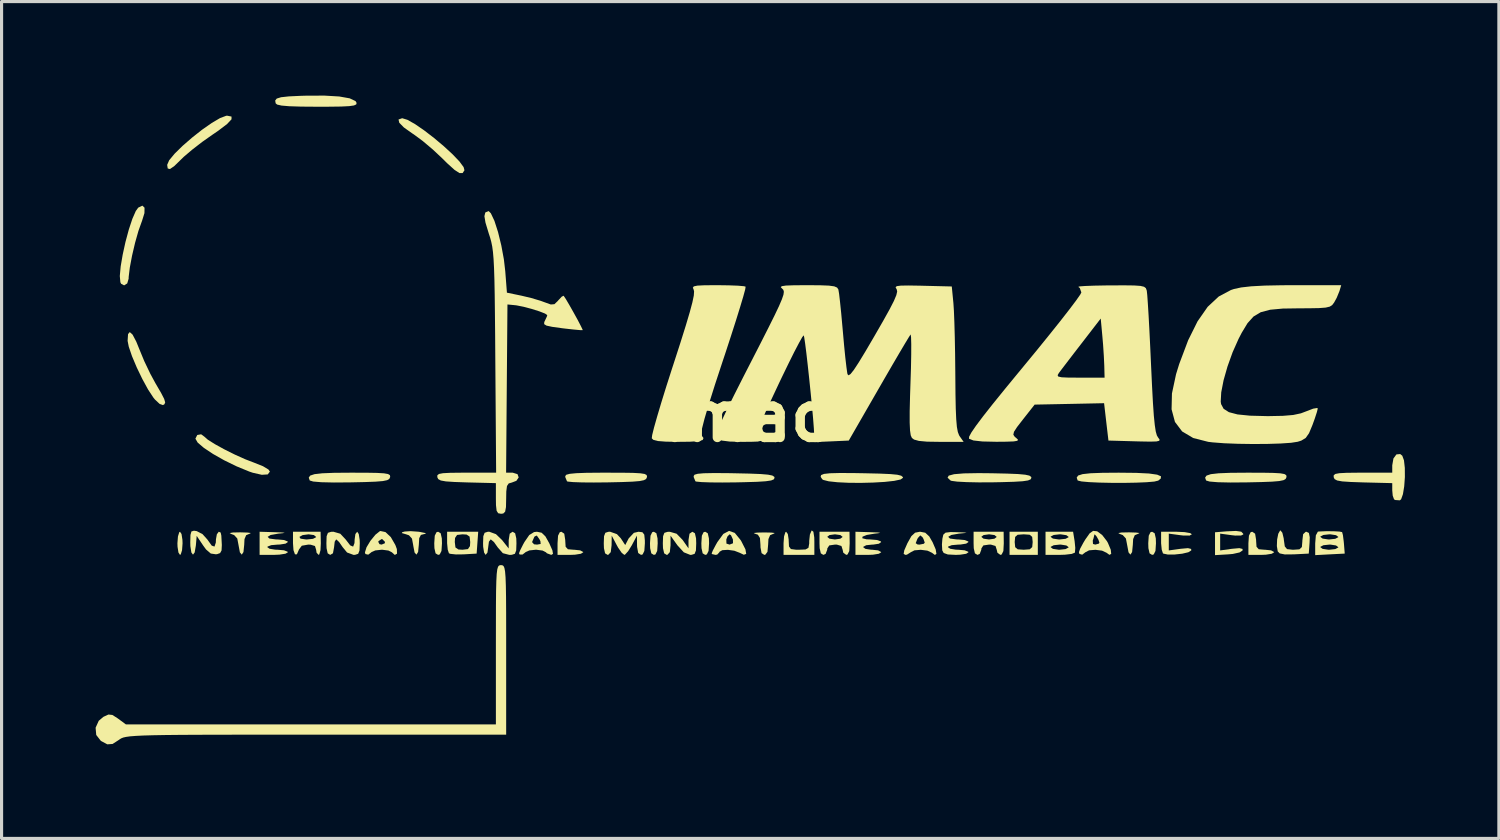
<source format=kicad_pcb>
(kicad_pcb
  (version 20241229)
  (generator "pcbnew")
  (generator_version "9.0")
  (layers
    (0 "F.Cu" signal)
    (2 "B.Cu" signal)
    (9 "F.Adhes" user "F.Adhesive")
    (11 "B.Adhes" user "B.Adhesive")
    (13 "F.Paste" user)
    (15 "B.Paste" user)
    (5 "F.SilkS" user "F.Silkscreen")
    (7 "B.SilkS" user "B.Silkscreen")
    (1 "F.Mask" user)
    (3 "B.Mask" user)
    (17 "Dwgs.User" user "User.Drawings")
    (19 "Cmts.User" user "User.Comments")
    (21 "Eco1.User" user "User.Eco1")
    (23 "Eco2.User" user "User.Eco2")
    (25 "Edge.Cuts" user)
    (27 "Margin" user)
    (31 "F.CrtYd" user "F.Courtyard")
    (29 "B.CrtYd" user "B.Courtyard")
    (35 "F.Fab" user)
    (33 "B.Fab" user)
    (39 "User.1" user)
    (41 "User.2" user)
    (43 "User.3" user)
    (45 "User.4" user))
  (footprint "imac"
    (layer "F.Cu")
    (at 20.8 10.227)
    (property "Reference" "imac" (at 0 0 0) (layer "F.SilkS") (effects (font (size 1.5 1.5) (thickness 0.3))))
    (attr board_only exclude_from_pos_files exclude_from_bom)
    (fp_poly (pts (xy -18.059 3.76) (xy -18.03 3.946) (xy -18.026 4.056) (xy -18.042 4.276) (xy -18.083 4.408) (xy -18.108 4.425) (xy -18.157 4.351) (xy -18.186 4.166) (xy -18.19 4.056) (xy -18.173 3.836) (xy -18.132 3.704) (xy -18.108 3.687)) (stroke (width 0) (type solid)) (fill yes) (layer "F.SilkS"))
    (fp_poly (pts (xy -9.792 3.735) (xy -9.755 3.899) (xy -9.75 4.056) (xy -9.766 4.299) (xy -9.821 4.41) (xy -9.873 4.425) (xy -9.954 4.376) (xy -9.991 4.212) (xy -9.996 4.056) (xy -9.98 3.813) (xy -9.925 3.702) (xy -9.873 3.687)) (stroke (width 0) (type solid)) (fill yes) (layer "F.SilkS"))
    (fp_poly (pts (xy -2.91 3.735) (xy -2.873 3.899) (xy -2.868 4.056) (xy -2.884 4.299) (xy -2.939 4.41) (xy -2.991 4.425) (xy -3.072 4.376) (xy -3.109 4.212) (xy -3.114 4.056) (xy -3.097 3.813) (xy -3.043 3.702) (xy -2.991 3.687)) (stroke (width 0) (type solid)) (fill yes) (layer "F.SilkS"))
    (fp_poly (pts (xy -1.271 3.735) (xy -1.234 3.899) (xy -1.229 4.056) (xy -1.245 4.299) (xy -1.3 4.41) (xy -1.352 4.425) (xy -1.433 4.376) (xy -1.47 4.212) (xy -1.475 4.056) (xy -1.459 3.813) (xy -1.404 3.702) (xy -1.352 3.687)) (stroke (width 0) (type solid)) (fill yes) (layer "F.SilkS"))
    (fp_poly (pts (xy 12.986 3.735) (xy 13.023 3.899) (xy 13.028 4.056) (xy 13.012 4.299) (xy 12.957 4.41) (xy 12.905 4.425) (xy 12.824 4.376) (xy 12.787 4.212) (xy 12.782 4.056) (xy 12.798 3.813) (xy 12.853 3.702) (xy 12.905 3.687)) (stroke (width 0) (type solid)) (fill yes) (layer "F.SilkS"))
    (fp_poly (pts (xy -15.958 3.713) (xy -15.848 3.727) (xy -15.875 3.745) (xy -15.997 3.797) (xy -16.05 3.921) (xy -16.059 4.102) (xy -16.083 4.335) (xy -16.137 4.417) (xy -16.197 4.345) (xy -16.239 4.12) (xy -16.28 3.903) (xy -16.38 3.793) (xy -16.469 3.76) (xy -16.524 3.729) (xy -16.419 3.711) (xy -16.182 3.706)) (stroke (width 0) (type solid)) (fill yes) (layer "F.SilkS"))
    (fp_poly (pts (xy 12.392 3.713) (xy 12.501 3.727) (xy 12.475 3.745) (xy 12.352 3.797) (xy 12.3 3.921) (xy 12.29 4.102) (xy 12.267 4.335) (xy 12.213 4.417) (xy 12.153 4.345) (xy 12.111 4.12) (xy 12.069 3.903) (xy 11.969 3.793) (xy 11.881 3.76) (xy 11.826 3.729) (xy 11.93 3.711) (xy 12.167 3.706)) (stroke (width 0) (type solid)) (fill yes) (layer "F.SilkS"))
    (fp_poly (pts (xy -5.849 3.749) (xy -5.818 3.948) (xy -5.817 3.974) (xy -5.805 4.166) (xy -5.733 4.245) (xy -5.552 4.261) (xy -5.531 4.261) (xy -5.341 4.281) (xy -5.246 4.332) (xy -5.244 4.343) (xy -5.318 4.389) (xy -5.506 4.419) (xy -5.654 4.425) (xy -6.063 4.425) (xy -6.063 4.056) (xy -6.047 3.813) (xy -5.992 3.702) (xy -5.94 3.687)) (stroke (width 0) (type solid)) (fill yes) (layer "F.SilkS"))
    (fp_poly (pts (xy 0.757 3.714) (xy 0.866 3.727) (xy 0.84 3.745) (xy 0.718 3.797) (xy 0.665 3.921) (xy 0.655 4.102) (xy 0.634 4.328) (xy 0.565 4.42) (xy 0.533 4.425) (xy 0.446 4.369) (xy 0.412 4.188) (xy 0.41 4.102) (xy 0.394 3.886) (xy 0.328 3.781) (xy 0.225 3.745) (xy 0.2 3.727) (xy 0.315 3.714) (xy 0.533 3.709)) (stroke (width 0) (type solid)) (fill yes) (layer "F.SilkS"))
    (fp_poly (pts (xy 16.191 3.749) (xy 16.223 3.948) (xy 16.223 3.974) (xy 16.236 4.166) (xy 16.307 4.245) (xy 16.488 4.261) (xy 16.51 4.261) (xy 16.7 4.281) (xy 16.794 4.332) (xy 16.797 4.343) (xy 16.723 4.389) (xy 16.535 4.419) (xy 16.387 4.425) (xy 15.977 4.425) (xy 15.977 4.056) (xy 15.994 3.813) (xy 16.048 3.702) (xy 16.1 3.687)) (stroke (width 0) (type solid)) (fill yes) (layer "F.SilkS"))
    (fp_poly (pts (xy -10.5 3.686) (xy -10.447 3.694) (xy -10.288 3.727) (xy -10.263 3.751) (xy -10.303 3.757) (xy -10.423 3.788) (xy -10.476 3.892) (xy -10.488 4.097) (xy -10.511 4.331) (xy -10.564 4.417) (xy -10.624 4.35) (xy -10.667 4.127) (xy -10.667 4.12) (xy -10.707 3.906) (xy -10.803 3.8) (xy -10.897 3.768) (xy -11.031 3.729) (xy -11.014 3.7) (xy -10.938 3.68) (xy -10.752 3.668)) (stroke (width 0) (type solid)) (fill yes) (layer "F.SilkS"))
    (fp_poly (pts (xy 15.749 3.685) (xy 15.811 3.75) (xy 15.814 3.774) (xy 15.741 3.808) (xy 15.558 3.809) (xy 15.445 3.797) (xy 15.076 3.747) (xy 15.076 4.015) (xy 15.076 4.283) (xy 15.451 4.231) (xy 15.687 4.21) (xy 15.789 4.235) (xy 15.793 4.282) (xy 15.696 4.347) (xy 15.48 4.395) (xy 15.336 4.408) (xy 14.912 4.433) (xy 14.912 4.068) (xy 14.912 3.704) (xy 15.28 3.674) (xy 15.581 3.661)) (stroke (width 0) (type solid)) (fill yes) (layer "F.SilkS"))
    (fp_poly (pts (xy -19.62 -2.601) (xy -19.502 -2.377) (xy -19.406 -2.14) (xy -19.248 -1.757) (xy -19.053 -1.349) (xy -18.89 -1.049) (xy -18.712 -0.744) (xy -18.612 -0.55) (xy -18.58 -0.437) (xy -18.607 -0.378) (xy -18.653 -0.354) (xy -18.757 -0.391) (xy -18.903 -0.527) (xy -18.955 -0.59) (xy -19.126 -0.85) (xy -19.31 -1.187) (xy -19.488 -1.556) (xy -19.639 -1.914) (xy -19.742 -2.216) (xy -19.779 -2.402) (xy -19.765 -2.618) (xy -19.71 -2.683)) (stroke (width 0) (type solid)) (fill yes) (layer "F.SilkS"))
    (fp_poly (pts (xy -16.464 -9.558) (xy -16.464 -9.471) (xy -16.605 -9.321) (xy -16.89 -9.104) (xy -17.063 -8.986) (xy -17.4 -8.749) (xy -17.724 -8.498) (xy -17.985 -8.276) (xy -18.063 -8.2) (xy -18.288 -7.981) (xy -18.428 -7.884) (xy -18.499 -7.902) (xy -18.517 -8.018) (xy -18.453 -8.164) (xy -18.28 -8.373) (xy -18.028 -8.621) (xy -17.727 -8.883) (xy -17.408 -9.135) (xy -17.098 -9.352) (xy -16.83 -9.51) (xy -16.632 -9.584) (xy -16.601 -9.586)) (stroke (width 0) (type solid)) (fill yes) (layer "F.SilkS"))
    (fp_poly (pts (xy -13.028 -10.199) (xy -12.694 -10.14) (xy -12.508 -10.052) (xy -12.473 -9.993) (xy -12.485 -9.946) (xy -12.556 -9.913) (xy -12.709 -9.891) (xy -12.965 -9.878) (xy -13.346 -9.873) (xy -13.732 -9.872) (xy -14.25 -9.876) (xy -14.623 -9.888) (xy -14.869 -9.909) (xy -15.008 -9.941) (xy -15.055 -9.979) (xy -15.071 -10.069) (xy -15.022 -10.132) (xy -14.884 -10.175) (xy -14.635 -10.202) (xy -14.251 -10.22) (xy -14.108 -10.224) (xy -13.502 -10.227)) (stroke (width 0) (type solid)) (fill yes) (layer "F.SilkS"))
    (fp_poly (pts (xy 12.401 1.809) (xy 12.807 1.829) (xy 13.067 1.866) (xy 13.189 1.919) (xy 13.18 1.992) (xy 13.1 2.056) (xy 12.975 2.086) (xy 12.728 2.107) (xy 12.395 2.121) (xy 12.01 2.128) (xy 11.608 2.127) (xy 11.224 2.119) (xy 10.894 2.104) (xy 10.652 2.082) (xy 10.534 2.053) (xy 10.529 2.048) (xy 10.499 1.96) (xy 10.545 1.894) (xy 10.687 1.849) (xy 10.94 1.821) (xy 11.322 1.807) (xy 11.84 1.803)) (stroke (width 0) (type solid)) (fill yes) (layer "F.SilkS"))
    (fp_poly (pts (xy -19.239 -6.651) (xy -19.242 -6.478) (xy -19.321 -6.224) (xy -19.33 -6.201) (xy -19.434 -5.909) (xy -19.541 -5.53) (xy -19.637 -5.121) (xy -19.709 -4.739) (xy -19.745 -4.442) (xy -19.746 -4.387) (xy -19.791 -4.235) (xy -19.89 -4.173) (xy -19.987 -4.225) (xy -20.01 -4.274) (xy -20.028 -4.471) (xy -20 -4.778) (xy -19.936 -5.153) (xy -19.847 -5.558) (xy -19.741 -5.952) (xy -19.628 -6.294) (xy -19.518 -6.545) (xy -19.44 -6.653) (xy -19.307 -6.716)) (stroke (width 0) (type solid)) (fill yes) (layer "F.SilkS"))
    (fp_poly (pts (xy -17.331 0.653) (xy -17.218 0.752) (xy -16.992 0.894) (xy -16.692 1.059) (xy -16.357 1.226) (xy -16.025 1.375) (xy -15.739 1.485) (xy -15.461 1.596) (xy -15.285 1.702) (xy -15.24 1.769) (xy -15.308 1.858) (xy -15.498 1.87) (xy -15.785 1.805) (xy -15.9 1.766) (xy -16.303 1.6) (xy -16.698 1.407) (xy -17.055 1.205) (xy -17.346 1.011) (xy -17.543 0.843) (xy -17.616 0.718) (xy -17.616 0.717) (xy -17.557 0.6) (xy -17.433 0.578)) (stroke (width 0) (type solid)) (fill yes) (layer "F.SilkS"))
    (fp_poly (pts (xy -10.85 -9.454) (xy -10.608 -9.317) (xy -10.316 -9.116) (xy -10.002 -8.874) (xy -9.692 -8.613) (xy -9.414 -8.357) (xy -9.194 -8.127) (xy -9.06 -7.946) (xy -9.033 -7.845) (xy -9.092 -7.755) (xy -9.191 -7.755) (xy -9.349 -7.857) (xy -9.585 -8.07) (xy -9.738 -8.222) (xy -10.037 -8.503) (xy -10.362 -8.777) (xy -10.65 -8.99) (xy -10.698 -9.021) (xy -10.964 -9.21) (xy -11.113 -9.362) (xy -11.136 -9.465) (xy -11.024 -9.504) (xy -11.016 -9.505)) (stroke (width 0) (type solid)) (fill yes) (layer "F.SilkS"))
    (fp_poly (pts (xy 3.379 1.815) (xy 3.732 1.821) (xy 4.213 1.832) (xy 4.553 1.847) (xy 4.775 1.868) (xy 4.9 1.899) (xy 4.952 1.941) (xy 4.957 1.966) (xy 4.881 2.02) (xy 4.675 2.064) (xy 4.372 2.097) (xy 4.007 2.118) (xy 3.612 2.128) (xy 3.222 2.125) (xy 2.87 2.108) (xy 2.589 2.078) (xy 2.414 2.034) (xy 2.379 2.01) (xy 2.331 1.934) (xy 2.345 1.879) (xy 2.438 1.842) (xy 2.63 1.821) (xy 2.938 1.813)) (stroke (width 0) (type solid)) (fill yes) (layer "F.SilkS"))
    (fp_poly (pts (xy 7.79 1.821) (xy 8.28 1.832) (xy 8.628 1.846) (xy 8.857 1.867) (xy 8.989 1.896) (xy 9.046 1.936) (xy 9.054 1.966) (xy 9.03 2.015) (xy 8.945 2.051) (xy 8.774 2.076) (xy 8.496 2.093) (xy 8.089 2.105) (xy 7.825 2.11) (xy 7.38 2.112) (xy 6.991 2.104) (xy 6.689 2.088) (xy 6.507 2.064) (xy 6.474 2.052) (xy 6.38 1.963) (xy 6.416 1.897) (xy 6.588 1.851) (xy 6.903 1.825) (xy 7.369 1.817)) (stroke (width 0) (type solid)) (fill yes) (layer "F.SilkS"))
    (fp_poly (pts (xy 9.259 4.056) (xy 9.259 4.425) (xy 8.808 4.425) (xy 8.357 4.425) (xy 8.357 4.056) (xy 8.357 4.015) (xy 8.521 4.015) (xy 8.537 4.18) (xy 8.618 4.248) (xy 8.808 4.261) (xy 9.001 4.247) (xy 9.08 4.177) (xy 9.095 4.015) (xy 9.079 3.85) (xy 8.998 3.782) (xy 8.808 3.769) (xy 8.615 3.783) (xy 8.536 3.852) (xy 8.521 4.015) (xy 8.357 4.015) (xy 8.357 3.687) (xy 8.808 3.687) (xy 9.259 3.687)) (stroke (width 0) (type solid)) (fill yes) (layer "F.SilkS"))
    (fp_poly (pts (xy 2.099 3.687) (xy 2.127 3.869) (xy 2.13 4.01) (xy 2.13 4.425) (xy 1.639 4.425) (xy 1.147 4.425) (xy 1.147 4.056) (xy 1.163 3.836) (xy 1.205 3.704) (xy 1.229 3.687) (xy 1.283 3.759) (xy 1.31 3.936) (xy 1.311 3.974) (xy 1.321 4.157) (xy 1.382 4.239) (xy 1.542 4.26) (xy 1.639 4.261) (xy 1.849 4.252) (xy 1.942 4.198) (xy 1.966 4.06) (xy 1.966 3.979) (xy 1.988 3.775) (xy 2.041 3.652) (xy 2.048 3.646)) (stroke (width 0) (type solid)) (fill yes) (layer "F.SilkS"))
    (fp_poly (pts (xy 13.942 3.699) (xy 14.121 3.731) (xy 14.175 3.767) (xy 14.101 3.809) (xy 13.902 3.808) (xy 13.806 3.797) (xy 13.437 3.747) (xy 13.437 4.015) (xy 13.437 4.283) (xy 13.813 4.231) (xy 14.048 4.21) (xy 14.15 4.235) (xy 14.155 4.282) (xy 14.062 4.341) (xy 13.866 4.387) (xy 13.627 4.413) (xy 13.406 4.414) (xy 13.263 4.384) (xy 13.25 4.374) (xy 13.212 4.26) (xy 13.192 4.054) (xy 13.192 4.001) (xy 13.192 3.687) (xy 13.683 3.687)) (stroke (width 0) (type solid)) (fill yes) (layer "F.SilkS"))
    (fp_poly (pts (xy -12.166 1.804) (xy -11.824 1.81) (xy -11.6 1.823) (xy -11.47 1.846) (xy -11.412 1.881) (xy -11.402 1.931) (xy -11.405 1.946) (xy -11.431 2.002) (xy -11.5 2.042) (xy -11.637 2.07) (xy -11.866 2.089) (xy -12.212 2.102) (xy -12.674 2.112) (xy -13.199 2.116) (xy -13.598 2.107) (xy -13.858 2.085) (xy -13.968 2.052) (xy -13.969 2.05) (xy -14 1.961) (xy -13.955 1.896) (xy -13.817 1.85) (xy -13.568 1.822) (xy -13.19 1.807) (xy -12.667 1.803) (xy -12.648 1.803)) (stroke (width 0) (type solid)) (fill yes) (layer "F.SilkS"))
    (fp_poly (pts (xy -0.652 1.817) (xy -0.43 1.821) (xy 0.065 1.832) (xy 0.419 1.846) (xy 0.653 1.866) (xy 0.79 1.894) (xy 0.851 1.934) (xy 0.86 1.966) (xy 0.837 2.015) (xy 0.751 2.051) (xy 0.58 2.076) (xy 0.302 2.094) (xy -0.106 2.106) (xy -0.373 2.112) (xy -0.808 2.116) (xy -1.183 2.113) (xy -1.468 2.103) (xy -1.635 2.087) (xy -1.664 2.078) (xy -1.717 1.951) (xy -1.721 1.91) (xy -1.692 1.867) (xy -1.591 1.838) (xy -1.399 1.821) (xy -1.092 1.815)) (stroke (width 0) (type solid)) (fill yes) (layer "F.SilkS"))
    (fp_poly (pts (xy 16.43 1.804) (xy 16.772 1.81) (xy 16.996 1.823) (xy 17.125 1.846) (xy 17.183 1.881) (xy 17.193 1.931) (xy 17.191 1.946) (xy 17.165 2.002) (xy 17.096 2.042) (xy 16.958 2.07) (xy 16.729 2.089) (xy 16.384 2.102) (xy 15.921 2.112) (xy 15.396 2.116) (xy 14.998 2.107) (xy 14.737 2.085) (xy 14.628 2.052) (xy 14.627 2.05) (xy 14.596 1.961) (xy 14.641 1.896) (xy 14.779 1.85) (xy 15.028 1.822) (xy 15.405 1.807) (xy 15.928 1.803) (xy 15.947 1.803)) (stroke (width 0) (type solid)) (fill yes) (layer "F.SilkS"))
    (fp_poly (pts (xy -4.008 1.804) (xy -3.657 1.809) (xy -3.424 1.822) (xy -3.286 1.843) (xy -3.222 1.877) (xy -3.208 1.925) (xy -3.211 1.946) (xy -3.237 2.002) (xy -3.307 2.042) (xy -3.444 2.07) (xy -3.675 2.089) (xy -4.021 2.102) (xy -4.471 2.112) (xy -4.905 2.116) (xy -5.28 2.113) (xy -5.566 2.103) (xy -5.732 2.087) (xy -5.761 2.078) (xy -5.814 1.951) (xy -5.817 1.912) (xy -5.785 1.869) (xy -5.674 1.839) (xy -5.465 1.819) (xy -5.138 1.807) (xy -4.674 1.803) (xy -4.5 1.803)) (stroke (width 0) (type solid)) (fill yes) (layer "F.SilkS"))
    (fp_poly (pts (xy -8.619 4.035) (xy -8.644 4.384) (xy -9.057 4.408) (xy -9.305 4.411) (xy -9.482 4.392) (xy -9.528 4.374) (xy -9.566 4.26) (xy -9.586 4.054) (xy -9.586 4.015) (xy -9.341 4.015) (xy -9.32 4.189) (xy -9.225 4.253) (xy -9.095 4.261) (xy -8.921 4.24) (xy -8.857 4.145) (xy -8.849 4.015) (xy -8.869 3.841) (xy -8.965 3.777) (xy -9.095 3.769) (xy -9.269 3.789) (xy -9.333 3.885) (xy -9.341 4.015) (xy -9.586 4.015) (xy -9.586 4.001) (xy -9.586 3.687) (xy -9.09 3.687) (xy -8.594 3.687)) (stroke (width 0) (type solid)) (fill yes) (layer "F.SilkS"))
    (fp_poly (pts (xy 17.06 3.719) (xy 17.103 3.898) (xy 17.109 3.953) (xy 17.138 4.155) (xy 17.21 4.241) (xy 17.376 4.26) (xy 17.416 4.261) (xy 17.605 4.248) (xy 17.683 4.175) (xy 17.698 3.993) (xy 17.698 3.974) (xy 17.723 3.765) (xy 17.805 3.689) (xy 17.826 3.687) (xy 17.906 3.725) (xy 17.934 3.861) (xy 17.928 4.035) (xy 17.903 4.384) (xy 17.431 4.408) (xy 17.139 4.411) (xy 16.976 4.378) (xy 16.913 4.314) (xy 16.885 4.144) (xy 16.893 3.936) (xy 16.93 3.75) (xy 16.987 3.65) (xy 17.002 3.646)) (stroke (width 0) (type solid)) (fill yes) (layer "F.SilkS"))
    (fp_poly (pts (xy -1.681 3.735) (xy -1.644 3.899) (xy -1.639 4.056) (xy -1.648 4.284) (xy -1.69 4.392) (xy -1.788 4.423) (xy -1.83 4.425) (xy -2.035 4.343) (xy -2.24 4.118) (xy -2.458 3.812) (xy -2.458 4.118) (xy -2.481 4.338) (xy -2.557 4.422) (xy -2.581 4.425) (xy -2.662 4.376) (xy -2.699 4.212) (xy -2.704 4.056) (xy -2.696 3.829) (xy -2.655 3.722) (xy -2.554 3.69) (xy -2.479 3.689) (xy -2.265 3.75) (xy -2.072 3.949) (xy -2.069 3.954) (xy -1.885 4.217) (xy -1.885 3.952) (xy -1.853 3.749) (xy -1.762 3.687)) (stroke (width 0) (type solid)) (fill yes) (layer "F.SilkS"))
    (fp_poly (pts (xy -17.574 3.667) (xy -17.389 3.763) (xy -17.23 3.94) (xy -17.229 3.943) (xy -17.095 4.13) (xy -17.007 4.16) (xy -16.965 4.033) (xy -16.961 3.933) (xy -16.932 3.768) (xy -16.87 3.686) (xy -16.81 3.713) (xy -16.789 3.81) (xy -16.773 4.11) (xy -16.782 4.284) (xy -16.829 4.368) (xy -16.922 4.401) (xy -16.964 4.406) (xy -17.126 4.382) (xy -17.278 4.251) (xy -17.37 4.124) (xy -17.575 3.819) (xy -17.601 4.122) (xy -17.639 4.346) (xy -17.693 4.418) (xy -17.745 4.348) (xy -17.777 4.145) (xy -17.78 4.026) (xy -17.774 3.789) (xy -17.743 3.678) (xy -17.663 3.654)) (stroke (width 0) (type solid)) (fill yes) (layer "F.SilkS"))
    (fp_poly (pts (xy 20.886 1.261) (xy 20.94 1.408) (xy 20.967 1.65) (xy 20.969 1.942) (xy 20.948 2.237) (xy 20.907 2.489) (xy 20.849 2.651) (xy 20.808 2.685) (xy 20.662 2.675) (xy 20.623 2.652) (xy 20.581 2.535) (xy 20.566 2.365) (xy 20.566 2.136) (xy 19.645 2.113) (xy 19.24 2.099) (xy 18.97 2.081) (xy 18.809 2.052) (xy 18.727 2.008) (xy 18.697 1.946) (xy 18.699 1.884) (xy 18.751 1.843) (xy 18.88 1.819) (xy 19.111 1.807) (xy 19.472 1.803) (xy 19.618 1.803) (xy 20.566 1.803) (xy 20.566 1.567) (xy 20.604 1.349) (xy 20.699 1.22) (xy 20.82 1.208)) (stroke (width 0) (type solid)) (fill yes) (layer "F.SilkS"))
    (fp_poly (pts (xy -15.097 3.701) (xy -14.854 3.71) (xy -14.767 3.72) (xy -14.827 3.733) (xy -14.974 3.747) (xy -15.217 3.79) (xy -15.312 3.85) (xy -15.256 3.904) (xy -15.047 3.932) (xy -14.994 3.933) (xy -14.789 3.951) (xy -14.675 3.996) (xy -14.666 4.015) (xy -14.739 4.066) (xy -14.921 4.095) (xy -14.994 4.097) (xy -15.199 4.115) (xy -15.314 4.16) (xy -15.322 4.179) (xy -15.249 4.23) (xy -15.068 4.259) (xy -14.994 4.261) (xy -14.789 4.279) (xy -14.675 4.324) (xy -14.666 4.343) (xy -14.741 4.387) (xy -14.932 4.417) (xy -15.117 4.425) (xy -15.568 4.425) (xy -15.568 4.056) (xy -15.568 3.687)) (stroke (width 0) (type solid)) (fill yes) (layer "F.SilkS"))
    (fp_poly (pts (xy 3.912 3.701) (xy 4.15 3.71) (xy 4.232 3.721) (xy 4.165 3.735) (xy 4.056 3.747) (xy 3.802 3.789) (xy 3.666 3.844) (xy 3.66 3.895) (xy 3.795 3.928) (xy 3.917 3.933) (xy 4.128 3.95) (xy 4.249 3.994) (xy 4.261 4.015) (xy 4.189 4.069) (xy 4.012 4.096) (xy 3.974 4.097) (xy 3.784 4.117) (xy 3.69 4.168) (xy 3.687 4.179) (xy 3.759 4.233) (xy 3.936 4.26) (xy 3.974 4.261) (xy 4.163 4.281) (xy 4.258 4.332) (xy 4.261 4.343) (xy 4.187 4.389) (xy 3.999 4.419) (xy 3.851 4.425) (xy 3.441 4.425) (xy 3.441 4.056) (xy 3.441 3.687)) (stroke (width 0) (type solid)) (fill yes) (layer "F.SilkS"))
    (fp_poly (pts (xy -13.615 4.056) (xy -13.626 4.276) (xy -13.663 4.408) (xy -13.686 4.425) (xy -13.75 4.356) (xy -13.765 4.261) (xy -13.802 4.142) (xy -13.942 4.099) (xy -14.019 4.097) (xy -14.222 4.133) (xy -14.313 4.254) (xy -14.315 4.261) (xy -14.378 4.407) (xy -14.44 4.407) (xy -14.487 4.275) (xy -14.503 4.056) (xy -14.503 3.851) (xy -14.298 3.851) (xy -14.263 3.907) (xy -14.096 3.932) (xy -14.057 3.933) (xy -13.865 3.913) (xy -13.768 3.863) (xy -13.765 3.851) (xy -13.836 3.793) (xy -14.006 3.769) (xy -14.195 3.794) (xy -14.298 3.851) (xy -14.503 3.851) (xy -14.503 3.687) (xy -14.062 3.687) (xy -13.622 3.687)) (stroke (width 0) (type solid)) (fill yes) (layer "F.SilkS"))
    (fp_poly (pts (xy -11.552 3.698) (xy -11.382 3.858) (xy -11.237 4.11) (xy -11.189 4.24) (xy -11.184 4.386) (xy -11.254 4.427) (xy -11.348 4.343) (xy -11.457 4.287) (xy -11.655 4.261) (xy -11.676 4.261) (xy -11.878 4.283) (xy -11.999 4.336) (xy -12.004 4.343) (xy -12.102 4.418) (xy -12.192 4.398) (xy -12.208 4.347) (xy -12.157 4.183) (xy -12.052 4.009) (xy -11.783 4.009) (xy -11.743 4.083) (xy -11.676 4.097) (xy -11.574 4.055) (xy -11.569 4.009) (xy -11.653 3.924) (xy -11.676 3.921) (xy -11.772 3.984) (xy -11.783 4.009) (xy -12.052 4.009) (xy -12.031 3.975) (xy -11.875 3.783) (xy -11.734 3.67) (xy -11.714 3.663)) (stroke (width 0) (type solid)) (fill yes) (layer "F.SilkS"))
    (fp_poly (pts (xy -7.416 3.735) (xy -7.379 3.899) (xy -7.374 4.056) (xy -7.382 4.283) (xy -7.423 4.39) (xy -7.525 4.423) (xy -7.602 4.425) (xy -7.808 4.371) (xy -7.97 4.188) (xy -7.976 4.179) (xy -8.093 4.014) (xy -8.189 3.934) (xy -8.198 3.933) (xy -8.252 4.004) (xy -8.275 4.176) (xy -8.275 4.179) (xy -8.299 4.351) (xy -8.356 4.424) (xy -8.357 4.425) (xy -8.406 4.351) (xy -8.436 4.166) (xy -8.439 4.056) (xy -8.431 3.828) (xy -8.389 3.72) (xy -8.29 3.688) (xy -8.24 3.687) (xy -8.028 3.764) (xy -7.832 3.953) (xy -7.622 4.22) (xy -7.621 3.953) (xy -7.589 3.749) (xy -7.497 3.687)) (stroke (width 0) (type solid)) (fill yes) (layer "F.SilkS"))
    (fp_poly (pts (xy -0.409 3.724) (xy -0.223 3.952) (xy -0.199 3.992) (xy -0.069 4.248) (xy -0.044 4.394) (xy -0.121 4.421) (xy -0.248 4.36) (xy -0.422 4.293) (xy -0.628 4.264) (xy -0.807 4.275) (xy -0.899 4.328) (xy -0.901 4.343) (xy -0.968 4.415) (xy -1.024 4.425) (xy -1.133 4.4) (xy -1.147 4.379) (xy -1.11 4.287) (xy -1.015 4.107) (xy -0.964 4.017) (xy -0.903 3.933) (xy -0.679 3.933) (xy -0.675 4.065) (xy -0.574 4.097) (xy -0.465 4.054) (xy -0.468 3.933) (xy -0.529 3.8) (xy -0.574 3.769) (xy -0.642 3.837) (xy -0.679 3.933) (xy -0.903 3.933) (xy -0.774 3.756) (xy -0.591 3.659)) (stroke (width 0) (type solid)) (fill yes) (layer "F.SilkS"))
    (fp_poly (pts (xy -12.405 3.76) (xy -12.376 3.946) (xy -12.372 4.056) (xy -12.381 4.284) (xy -12.423 4.391) (xy -12.522 4.423) (xy -12.572 4.425) (xy -12.778 4.349) (xy -12.918 4.179) (xy -13.032 4.014) (xy -13.12 3.934) (xy -13.127 3.933) (xy -13.172 4.004) (xy -13.192 4.176) (xy -13.192 4.179) (xy -13.228 4.374) (xy -13.315 4.425) (xy -13.396 4.376) (xy -13.432 4.212) (xy -13.437 4.056) (xy -13.43 3.829) (xy -13.388 3.721) (xy -13.287 3.689) (xy -13.212 3.687) (xy -12.994 3.75) (xy -12.823 3.933) (xy -12.676 4.123) (xy -12.584 4.161) (xy -12.541 4.048) (xy -12.536 3.933) (xy -12.512 3.76) (xy -12.455 3.687) (xy -12.454 3.687)) (stroke (width 0) (type solid)) (fill yes) (layer "F.SilkS"))
    (fp_poly (pts (xy 3.257 4.056) (xy 3.244 4.303) (xy 3.188 4.413) (xy 3.147 4.425) (xy 3.053 4.356) (xy 3.032 4.261) (xy 2.993 4.141) (xy 2.849 4.098) (xy 2.786 4.097) (xy 2.606 4.123) (xy 2.543 4.218) (xy 2.54 4.261) (xy 2.489 4.394) (xy 2.417 4.425) (xy 2.336 4.376) (xy 2.299 4.212) (xy 2.294 4.056) (xy 2.294 3.851) (xy 2.54 3.851) (xy 2.611 3.908) (xy 2.783 3.933) (xy 2.786 3.933) (xy 2.958 3.909) (xy 3.032 3.852) (xy 3.032 3.851) (xy 2.96 3.793) (xy 2.789 3.769) (xy 2.786 3.769) (xy 2.613 3.793) (xy 2.54 3.85) (xy 2.54 3.851) (xy 2.294 3.851) (xy 2.294 3.687) (xy 2.773 3.687) (xy 3.251 3.687)) (stroke (width 0) (type solid)) (fill yes) (layer "F.SilkS"))
    (fp_poly (pts (xy 5.668 3.718) (xy 5.795 3.836) (xy 5.903 4.023) (xy 6.001 4.251) (xy 6.024 4.393) (xy 5.975 4.427) (xy 5.882 4.358) (xy 5.736 4.29) (xy 5.525 4.263) (xy 5.323 4.28) (xy 5.203 4.342) (xy 5.203 4.343) (xy 5.084 4.418) (xy 5.035 4.425) (xy 4.979 4.394) (xy 4.998 4.282) (xy 5.096 4.059) (xy 5.097 4.056) (xy 5.099 4.052) (xy 5.363 4.052) (xy 5.425 4.094) (xy 5.487 4.097) (xy 5.621 4.071) (xy 5.652 4.035) (xy 5.612 3.919) (xy 5.579 3.86) (xy 5.51 3.803) (xy 5.434 3.885) (xy 5.414 3.922) (xy 5.363 4.052) (xy 5.099 4.052) (xy 5.225 3.827) (xy 5.343 3.717) (xy 5.494 3.687) (xy 5.504 3.687)) (stroke (width 0) (type solid)) (fill yes) (layer "F.SilkS"))
    (fp_poly (pts (xy 8.173 4.056) (xy 8.16 4.303) (xy 8.105 4.413) (xy 8.063 4.425) (xy 7.97 4.356) (xy 7.948 4.261) (xy 7.909 4.141) (xy 7.765 4.098) (xy 7.702 4.097) (xy 7.522 4.123) (xy 7.459 4.218) (xy 7.456 4.261) (xy 7.405 4.394) (xy 7.333 4.425) (xy 7.252 4.376) (xy 7.215 4.212) (xy 7.21 4.056) (xy 7.21 3.851) (xy 7.456 3.851) (xy 7.527 3.908) (xy 7.699 3.933) (xy 7.702 3.933) (xy 7.875 3.909) (xy 7.948 3.852) (xy 7.948 3.851) (xy 7.877 3.793) (xy 7.705 3.769) (xy 7.702 3.769) (xy 7.529 3.793) (xy 7.456 3.85) (xy 7.456 3.851) (xy 7.21 3.851) (xy 7.21 3.687) (xy 7.689 3.687) (xy 8.168 3.687)) (stroke (width 0) (type solid)) (fill yes) (layer "F.SilkS"))
    (fp_poly (pts (xy 11.145 3.672) (xy 11.159 3.677) (xy 11.312 3.791) (xy 11.465 3.989) (xy 11.497 4.047) (xy 11.586 4.26) (xy 11.6 4.394) (xy 11.543 4.424) (xy 11.453 4.358) (xy 11.308 4.29) (xy 11.097 4.263) (xy 10.894 4.28) (xy 10.775 4.342) (xy 10.775 4.343) (xy 10.675 4.419) (xy 10.586 4.394) (xy 10.57 4.341) (xy 10.61 4.226) (xy 10.714 4.033) (xy 10.754 3.967) (xy 11.012 3.967) (xy 11.019 4.077) (xy 11.093 4.097) (xy 11.207 4.065) (xy 11.224 4.035) (xy 11.193 3.942) (xy 11.131 3.833) (xy 11.075 3.771) (xy 11.063 3.783) (xy 11.035 3.899) (xy 11.012 3.967) (xy 10.754 3.967) (xy 10.774 3.934) (xy 10.913 3.737) (xy 11.023 3.659)) (stroke (width 0) (type solid)) (fill yes) (layer "F.SilkS"))
    (fp_poly (pts (xy -6.571 3.718) (xy -6.45 3.835) (xy -6.326 4.056) (xy -6.227 4.28) (xy -6.208 4.393) (xy -6.263 4.425) (xy -6.264 4.425) (xy -6.403 4.374) (xy -6.432 4.343) (xy -6.541 4.287) (xy -6.739 4.261) (xy -6.76 4.261) (xy -6.962 4.283) (xy -7.083 4.336) (xy -7.087 4.343) (xy -7.18 4.414) (xy -7.272 4.414) (xy -7.292 4.374) (xy -7.255 4.278) (xy -7.163 4.095) (xy -7.12 4.017) (xy -6.876 4.017) (xy -6.812 4.088) (xy -6.716 4.097) (xy -6.602 4.077) (xy -6.61 3.988) (xy -6.643 3.922) (xy -6.725 3.808) (xy -6.792 3.837) (xy -6.808 3.86) (xy -6.876 4.017) (xy -7.12 4.017) (xy -7.113 4.006) (xy -6.964 3.79) (xy -6.813 3.698) (xy -6.72 3.687)) (stroke (width 0) (type solid)) (fill yes) (layer "F.SilkS"))
    (fp_poly (pts (xy -3.355 3.703) (xy -3.296 3.779) (xy -3.278 3.96) (xy -3.277 4.056) (xy -3.294 4.299) (xy -3.348 4.41) (xy -3.4 4.425) (xy -3.49 4.365) (xy -3.525 4.171) (xy -3.527 4.117) (xy -3.53 3.81) (xy -3.693 4.117) (xy -3.81 4.307) (xy -3.909 4.415) (xy -3.933 4.425) (xy -4.016 4.359) (xy -4.131 4.193) (xy -4.173 4.117) (xy -4.335 3.81) (xy -4.339 4.117) (xy -4.366 4.339) (xy -4.444 4.422) (xy -4.465 4.425) (xy -4.546 4.376) (xy -4.583 4.212) (xy -4.588 4.056) (xy -4.58 3.828) (xy -4.538 3.72) (xy -4.439 3.688) (xy -4.385 3.687) (xy -4.168 3.764) (xy -4.043 3.899) (xy -3.904 4.112) (xy -3.793 3.899) (xy -3.628 3.722) (xy -3.48 3.687)) (stroke (width 0) (type solid)) (fill yes) (layer "F.SilkS"))
    (fp_poly (pts (xy 6.667 3.701) (xy 6.904 3.71) (xy 6.986 3.719) (xy 6.917 3.73) (xy 6.739 3.747) (xy 6.496 3.79) (xy 6.401 3.85) (xy 6.457 3.904) (xy 6.666 3.932) (xy 6.719 3.933) (xy 6.924 3.951) (xy 7.038 3.996) (xy 7.046 4.015) (xy 6.974 4.066) (xy 6.792 4.095) (xy 6.719 4.097) (xy 6.513 4.115) (xy 6.399 4.16) (xy 6.391 4.179) (xy 6.464 4.23) (xy 6.645 4.259) (xy 6.719 4.261) (xy 6.924 4.279) (xy 7.038 4.324) (xy 7.046 4.343) (xy 6.973 4.39) (xy 6.785 4.419) (xy 6.643 4.425) (xy 6.388 4.412) (xy 6.256 4.364) (xy 6.21 4.281) (xy 6.2 4.092) (xy 6.214 3.912) (xy 6.244 3.78) (xy 6.315 3.716) (xy 6.472 3.697)) (stroke (width 0) (type solid)) (fill yes) (layer "F.SilkS"))
    (fp_poly (pts (xy 10.433 3.987) (xy 10.454 4.201) (xy 10.444 4.343) (xy 10.439 4.355) (xy 10.34 4.394) (xy 10.13 4.419) (xy 9.95 4.425) (xy 9.505 4.425) (xy 9.505 4.179) (xy 9.668 4.179) (xy 9.74 4.233) (xy 9.918 4.26) (xy 9.955 4.261) (xy 10.145 4.24) (xy 10.239 4.189) (xy 10.242 4.179) (xy 10.17 4.125) (xy 9.993 4.097) (xy 9.955 4.097) (xy 9.766 4.117) (xy 9.671 4.168) (xy 9.668 4.179) (xy 9.505 4.179) (xy 9.505 4.056) (xy 9.505 3.851) (xy 9.668 3.851) (xy 9.74 3.905) (xy 9.918 3.932) (xy 9.955 3.933) (xy 10.145 3.912) (xy 10.239 3.862) (xy 10.242 3.851) (xy 10.17 3.797) (xy 9.993 3.77) (xy 9.955 3.769) (xy 9.766 3.79) (xy 9.671 3.84) (xy 9.668 3.851) (xy 9.505 3.851) (xy 9.505 3.687) (xy 9.944 3.687) (xy 10.384 3.687)) (stroke (width 0) (type solid)) (fill yes) (layer "F.SilkS"))
    (fp_poly (pts (xy 18.693 3.671) (xy 18.885 3.682) (xy 18.966 3.698) (xy 18.992 3.792) (xy 19.017 3.988) (xy 19.024 4.057) (xy 19.05 4.384) (xy 18.579 4.408) (xy 18.108 4.433) (xy 18.108 4.179) (xy 18.272 4.179) (xy 18.344 4.233) (xy 18.521 4.26) (xy 18.558 4.261) (xy 18.748 4.24) (xy 18.843 4.189) (xy 18.845 4.179) (xy 18.773 4.125) (xy 18.596 4.097) (xy 18.558 4.097) (xy 18.369 4.117) (xy 18.274 4.168) (xy 18.272 4.179) (xy 18.108 4.179) (xy 18.108 4.06) (xy 18.125 3.851) (xy 18.272 3.851) (xy 18.344 3.905) (xy 18.521 3.932) (xy 18.558 3.933) (xy 18.748 3.912) (xy 18.843 3.862) (xy 18.845 3.851) (xy 18.773 3.797) (xy 18.596 3.77) (xy 18.558 3.769) (xy 18.369 3.79) (xy 18.274 3.84) (xy 18.272 3.851) (xy 18.125 3.851) (xy 18.129 3.801) (xy 18.192 3.685) (xy 18.21 3.68) (xy 18.449 3.67)) (stroke (width 0) (type solid)) (fill yes) (layer "F.SilkS"))
    (fp_poly (pts (xy -0.6 -4.174) (xy -0.308 -4.163) (xy -0.117 -4.146) (xy -0.063 -4.132) (xy -0.076 -4.046) (xy -0.136 -3.824) (xy -0.237 -3.486) (xy -0.372 -3.051) (xy -0.536 -2.54) (xy -0.722 -1.971) (xy -0.786 -1.78) (xy -1.039 -1.011) (xy -1.235 -0.389) (xy -1.375 0.084) (xy -1.457 0.407) (xy -1.482 0.58) (xy -1.474 0.607) (xy -1.407 0.698) (xy -1.433 0.76) (xy -1.571 0.797) (xy -1.838 0.815) (xy -2.203 0.819) (xy -2.603 0.813) (xy -2.862 0.793) (xy -3.007 0.755) (xy -3.057 0.706) (xy -3.044 0.602) (xy -2.985 0.363) (xy -2.885 0.01) (xy -2.752 -0.437) (xy -2.591 -0.956) (xy -2.408 -1.527) (xy -2.368 -1.649) (xy -2.144 -2.341) (xy -1.971 -2.893) (xy -1.845 -3.318) (xy -1.761 -3.632) (xy -1.716 -3.848) (xy -1.707 -3.981) (xy -1.72 -4.035) (xy -1.746 -4.1) (xy -1.715 -4.141) (xy -1.603 -4.165) (xy -1.383 -4.176) (xy -1.028 -4.179) (xy -0.957 -4.179)) (stroke (width 0) (type solid)) (fill yes) (layer "F.SilkS"))
    (fp_poly (pts (xy -7.821 4.757) (xy -7.786 4.781) (xy -7.758 4.842) (xy -7.737 4.955) (xy -7.722 5.138) (xy -7.712 5.407) (xy -7.706 5.778) (xy -7.703 6.267) (xy -7.702 6.892) (xy -7.702 7.456) (xy -7.702 10.16) (xy -13.773 10.16) (xy -14.915 10.16) (xy -15.905 10.161) (xy -16.753 10.162) (xy -17.472 10.164) (xy -18.073 10.167) (xy -18.566 10.172) (xy -18.964 10.179) (xy -19.278 10.188) (xy -19.518 10.2) (xy -19.698 10.214) (xy -19.827 10.232) (xy -19.917 10.252) (xy -19.98 10.277) (xy -20.027 10.305) (xy -20.052 10.324) (xy -20.258 10.457) (xy -20.426 10.469) (xy -20.623 10.364) (xy -20.634 10.357) (xy -20.78 10.17) (xy -20.8 9.939) (xy -20.7 9.718) (xy -20.55 9.591) (xy -20.39 9.518) (xy -20.264 9.532) (xy -20.094 9.641) (xy -20.082 9.65) (xy -19.835 9.832) (xy -13.932 9.832) (xy -8.03 9.832) (xy -8.03 7.292) (xy -8.029 6.581) (xy -8.028 6.017) (xy -8.024 5.582) (xy -8.016 5.261) (xy -8.004 5.035) (xy -7.986 4.889) (xy -7.961 4.804) (xy -7.929 4.764) (xy -7.887 4.753) (xy -7.866 4.752)) (stroke (width 0) (type solid)) (fill yes) (layer "F.SilkS"))
    (fp_poly (pts (xy 18.883 -3.994) (xy 18.794 -3.776) (xy 18.712 -3.626) (xy 18.653 -3.548) (xy 18.573 -3.495) (xy 18.442 -3.464) (xy 18.228 -3.448) (xy 17.901 -3.442) (xy 17.611 -3.441) (xy 17.075 -3.433) (xy 16.672 -3.396) (xy 16.37 -3.316) (xy 16.139 -3.178) (xy 15.948 -2.965) (xy 15.765 -2.663) (xy 15.664 -2.468) (xy 15.473 -2.039) (xy 15.31 -1.585) (xy 15.185 -1.146) (xy 15.11 -0.76) (xy 15.094 -0.466) (xy 15.106 -0.385) (xy 15.186 -0.236) (xy 15.355 -0.128) (xy 15.629 -0.056) (xy 16.027 -0.016) (xy 16.568 -0.002) (xy 16.633 -0.002) (xy 17.079 -0.011) (xy 17.405 -0.038) (xy 17.653 -0.091) (xy 17.841 -0.162) (xy 18.044 -0.24) (xy 18.17 -0.261) (xy 18.19 -0.245) (xy 18.163 -0.133) (xy 18.093 0.081) (xy 18.021 0.281) (xy 17.911 0.544) (xy 17.805 0.695) (xy 17.664 0.78) (xy 17.55 0.816) (xy 17.338 0.849) (xy 17.002 0.872) (xy 16.581 0.885) (xy 16.115 0.888) (xy 15.643 0.881) (xy 15.204 0.864) (xy 14.838 0.836) (xy 14.696 0.819) (xy 14.217 0.697) (xy 13.863 0.487) (xy 13.634 0.184) (xy 13.526 -0.219) (xy 13.538 -0.725) (xy 13.669 -1.339) (xy 13.769 -1.663) (xy 14.055 -2.422) (xy 14.355 -3.026) (xy 14.678 -3.489) (xy 15.031 -3.818) (xy 15.422 -4.026) (xy 15.516 -4.057) (xy 15.747 -4.107) (xy 16.066 -4.143) (xy 16.493 -4.166) (xy 17.05 -4.177) (xy 17.432 -4.179) (xy 18.938 -4.179)) (stroke (width 0) (type solid)) (fill yes) (layer "F.SilkS"))
    (fp_poly (pts (xy 12.332 -4.17) (xy 12.532 -4.156) (xy 12.647 -4.129) (xy 12.705 -4.085) (xy 12.731 -4.018) (xy 12.736 -3.994) (xy 12.75 -3.865) (xy 12.769 -3.596) (xy 12.793 -3.211) (xy 12.819 -2.733) (xy 12.846 -2.186) (xy 12.871 -1.639) (xy 12.903 -0.957) (xy 12.932 -0.421) (xy 12.96 -0.014) (xy 12.99 0.282) (xy 13.021 0.486) (xy 13.057 0.614) (xy 13.095 0.679) (xy 13.143 0.744) (xy 13.133 0.785) (xy 13.042 0.806) (xy 12.845 0.812) (xy 12.518 0.806) (xy 12.367 0.802) (xy 11.512 0.778) (xy 11.442 0.182) (xy 11.373 -0.414) (xy 10.265 -0.391) (xy 9.157 -0.369) (xy 8.785 0.104) (xy 8.596 0.348) (xy 8.498 0.499) (xy 8.478 0.592) (xy 8.524 0.659) (xy 8.569 0.695) (xy 8.626 0.75) (xy 8.607 0.785) (xy 8.49 0.805) (xy 8.252 0.814) (xy 7.937 0.817) (xy 7.492 0.807) (xy 7.204 0.775) (xy 7.066 0.72) (xy 7.063 0.717) (xy 7.068 0.653) (xy 7.14 0.519) (xy 7.286 0.306) (xy 7.512 0.005) (xy 7.824 -0.391) (xy 8.231 -0.893) (xy 8.572 -1.308) (xy 9.891 -1.308) (xy 9.91 -1.265) (xy 10.014 -1.241) (xy 10.228 -1.231) (xy 10.578 -1.229) (xy 10.606 -1.229) (xy 11.389 -1.229) (xy 11.379 -1.618) (xy 11.365 -1.915) (xy 11.341 -2.283) (xy 11.317 -2.561) (xy 11.266 -3.115) (xy 10.652 -2.319) (xy 10.404 -1.998) (xy 10.185 -1.712) (xy 10.019 -1.495) (xy 9.93 -1.376) (xy 9.891 -1.308) (xy 8.572 -1.308) (xy 8.737 -1.508) (xy 8.811 -1.598) (xy 9.239 -2.118) (xy 9.631 -2.602) (xy 9.977 -3.035) (xy 10.263 -3.402) (xy 10.478 -3.687) (xy 10.61 -3.875) (xy 10.648 -3.947) (xy 10.598 -4.088) (xy 10.549 -4.124) (xy 10.588 -4.14) (xy 10.764 -4.153) (xy 11.053 -4.164) (xy 11.426 -4.171) (xy 11.572 -4.172) (xy 12.02 -4.174)) (stroke (width 0) (type solid)) (fill yes) (layer "F.SilkS"))
    (fp_poly (pts (xy -8.19 -6.472) (xy -8.076 -6.23) (xy -7.961 -5.872) (xy -7.857 -5.447) (xy -7.775 -5.003) (xy -7.731 -4.623) (xy -7.678 -3.94) (xy -7.219 -3.845) (xy -6.902 -3.77) (xy -6.602 -3.68) (xy -6.473 -3.633) (xy -6.278 -3.563) (xy -6.163 -3.573) (xy -6.059 -3.672) (xy -6.041 -3.694) (xy -5.928 -3.814) (xy -5.869 -3.842) (xy -5.798 -3.736) (xy -5.685 -3.544) (xy -5.551 -3.307) (xy -5.42 -3.07) (xy -5.317 -2.872) (xy -5.263 -2.759) (xy -5.261 -2.746) (xy -5.348 -2.746) (xy -5.556 -2.765) (xy -5.844 -2.797) (xy -5.918 -2.806) (xy -6.234 -2.85) (xy -6.415 -2.889) (xy -6.49 -2.936) (xy -6.487 -3.002) (xy -6.471 -3.036) (xy -6.405 -3.175) (xy -6.391 -3.224) (xy -6.463 -3.274) (xy -6.645 -3.345) (xy -6.889 -3.422) (xy -7.146 -3.49) (xy -7.367 -3.534) (xy -7.415 -3.54) (xy -7.661 -3.564) (xy -7.683 -0.881) (xy -7.704 1.803) (xy -7.492 1.803) (xy -7.34 1.85) (xy -7.303 1.954) (xy -7.376 2.062) (xy -7.518 2.116) (xy -7.621 2.146) (xy -7.676 2.227) (xy -7.698 2.399) (xy -7.702 2.628) (xy -7.708 2.9) (xy -7.735 3.047) (xy -7.795 3.105) (xy -7.866 3.114) (xy -7.958 3.096) (xy -8.007 3.016) (xy -8.027 2.839) (xy -8.03 2.625) (xy -8.03 2.136) (xy -8.95 2.113) (xy -9.356 2.099) (xy -9.625 2.081) (xy -9.787 2.052) (xy -9.869 2.008) (xy -9.899 1.946) (xy -9.897 1.884) (xy -9.844 1.843) (xy -9.716 1.819) (xy -9.485 1.807) (xy -9.126 1.803) (xy -8.974 1.803) (xy -8.022 1.803) (xy -8.048 -1.741) (xy -8.054 -2.598) (xy -8.061 -3.307) (xy -8.068 -3.887) (xy -8.077 -4.352) (xy -8.089 -4.721) (xy -8.104 -5.01) (xy -8.123 -5.235) (xy -8.147 -5.414) (xy -8.178 -5.564) (xy -8.215 -5.7) (xy -8.261 -5.84) (xy -8.263 -5.848) (xy -8.362 -6.175) (xy -8.396 -6.381) (xy -8.369 -6.493) (xy -8.36 -6.503) (xy -8.26 -6.543)) (stroke (width 0) (type solid)) (fill yes) (layer "F.SilkS"))
    (fp_poly (pts (xy 2.317 -4.176) (xy 2.595 -4.165) (xy 2.764 -4.142) (xy 2.855 -4.103) (xy 2.895 -4.044) (xy 2.897 -4.035) (xy 2.919 -3.905) (xy 2.949 -3.645) (xy 2.986 -3.288) (xy 3.024 -2.869) (xy 3.039 -2.704) (xy 3.078 -2.266) (xy 3.117 -1.875) (xy 3.153 -1.566) (xy 3.18 -1.373) (xy 3.188 -1.339) (xy 3.22 -1.303) (xy 3.284 -1.344) (xy 3.39 -1.477) (xy 3.546 -1.715) (xy 3.762 -2.07) (xy 4.043 -2.55) (xy 4.325 -3.04) (xy 4.531 -3.41) (xy 4.668 -3.677) (xy 4.745 -3.86) (xy 4.772 -3.978) (xy 4.756 -4.05) (xy 4.748 -4.061) (xy 4.721 -4.114) (xy 4.76 -4.148) (xy 4.888 -4.165) (xy 5.13 -4.169) (xy 5.508 -4.163) (xy 5.58 -4.161) (xy 6.514 -4.138) (xy 6.566 -3.605) (xy 6.582 -3.36) (xy 6.597 -2.985) (xy 6.61 -2.515) (xy 6.62 -1.984) (xy 6.626 -1.425) (xy 6.627 -1.309) (xy 6.632 -0.703) (xy 6.641 -0.241) (xy 6.656 0.101) (xy 6.677 0.342) (xy 6.707 0.504) (xy 6.747 0.609) (xy 6.764 0.637) (xy 6.892 0.819) (xy 6.119 0.819) (xy 5.725 0.813) (xy 5.465 0.789) (xy 5.31 0.746) (xy 5.242 0.694) (xy 5.205 0.612) (xy 5.182 0.455) (xy 5.171 0.205) (xy 5.171 -0.157) (xy 5.183 -0.651) (xy 5.196 -1.046) (xy 5.212 -1.535) (xy 5.22 -1.96) (xy 5.221 -2.295) (xy 5.215 -2.518) (xy 5.202 -2.605) (xy 5.199 -2.605) (xy 5.144 -2.52) (xy 5.02 -2.315) (xy 4.838 -2.008) (xy 4.611 -1.62) (xy 4.352 -1.173) (xy 4.186 -0.885) (xy 3.228 0.778) (xy 2.679 0.803) (xy 2.13 0.827) (xy 2.125 0.598) (xy 2.114 0.391) (xy 2.09 0.078) (xy 2.055 -0.311) (xy 2.012 -0.744) (xy 1.966 -1.192) (xy 1.919 -1.624) (xy 1.875 -2.009) (xy 1.836 -2.317) (xy 1.806 -2.517) (xy 1.791 -2.579) (xy 1.744 -2.522) (xy 1.64 -2.337) (xy 1.487 -2.045) (xy 1.299 -1.667) (xy 1.084 -1.223) (xy 1 -1.047) (xy 0.754 -0.523) (xy 0.571 -0.126) (xy 0.445 0.164) (xy 0.37 0.367) (xy 0.336 0.503) (xy 0.338 0.592) (xy 0.369 0.654) (xy 0.386 0.675) (xy 0.439 0.744) (xy 0.427 0.787) (xy 0.324 0.81) (xy 0.103 0.818) (xy -0.182 0.819) (xy -0.568 0.81) (xy -0.817 0.779) (xy -0.955 0.724) (xy -0.98 0.7) (xy -0.997 0.642) (xy -0.978 0.534) (xy -0.918 0.362) (xy -0.81 0.111) (xy -0.648 -0.232) (xy -0.426 -0.681) (xy -0.137 -1.252) (xy 0.087 -1.689) (xy 0.413 -2.325) (xy 0.67 -2.832) (xy 0.865 -3.224) (xy 1.005 -3.519) (xy 1.095 -3.73) (xy 1.144 -3.875) (xy 1.157 -3.969) (xy 1.142 -4.028) (xy 1.105 -4.067) (xy 1.102 -4.069) (xy 1.058 -4.116) (xy 1.091 -4.147) (xy 1.223 -4.167) (xy 1.475 -4.176) (xy 1.869 -4.179) (xy 1.904 -4.179)) (stroke (width 0) (type solid)) (fill yes) (layer "F.SilkS")))
  (gr_rect
    (start -3 -3)
    (end 44.768 23.697)
    (stroke (width 0.1) (type default))
    (fill no)
    (layer "Edge.Cuts")))
</source>
